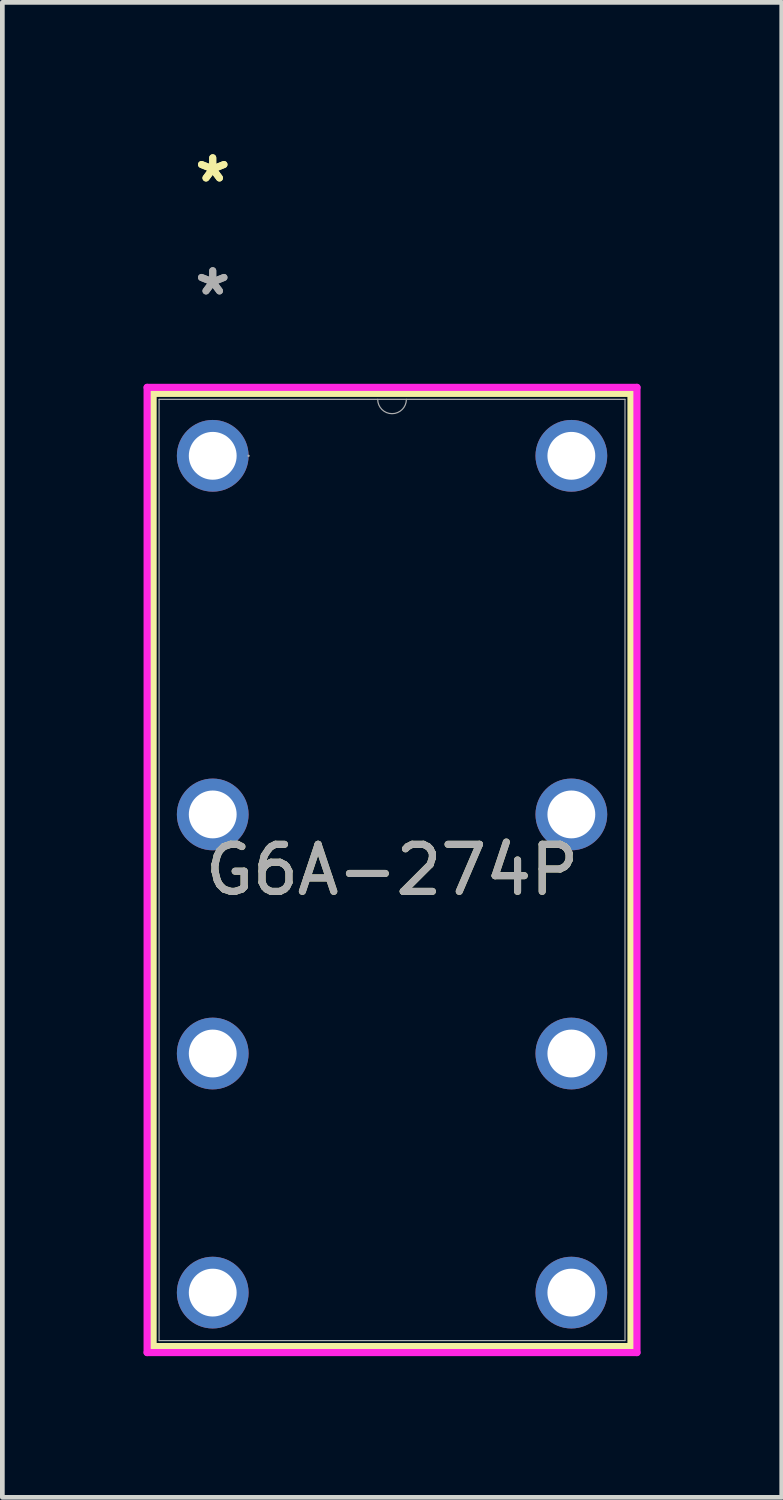
<source format=kicad_pcb>
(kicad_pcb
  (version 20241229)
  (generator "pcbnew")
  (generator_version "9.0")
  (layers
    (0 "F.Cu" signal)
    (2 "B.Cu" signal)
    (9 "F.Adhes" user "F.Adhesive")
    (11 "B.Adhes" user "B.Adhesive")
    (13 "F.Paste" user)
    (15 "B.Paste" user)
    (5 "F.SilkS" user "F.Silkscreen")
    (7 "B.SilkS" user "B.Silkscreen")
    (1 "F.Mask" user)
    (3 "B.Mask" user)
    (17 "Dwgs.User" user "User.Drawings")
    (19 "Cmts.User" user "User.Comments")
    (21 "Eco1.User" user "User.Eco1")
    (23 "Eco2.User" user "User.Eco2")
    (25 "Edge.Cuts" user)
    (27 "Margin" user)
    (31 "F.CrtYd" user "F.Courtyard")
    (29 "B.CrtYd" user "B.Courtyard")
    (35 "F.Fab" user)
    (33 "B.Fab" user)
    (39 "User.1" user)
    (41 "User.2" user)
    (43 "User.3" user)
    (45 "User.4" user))
  (footprint "G6A-274P"
    (layer "F.Cu")
    (at 9.09 24.235)
    (property "Reference" "G6A-274P" (at -3.81 -8.8 0) (unlocked yes) (layer "F.SilkS") (effects (font (size 1 1) (thickness 0.15))))
    (attr through_hole)
    (fp_line (start -8.887 -18.927) (end -8.887 1.327) (stroke (width 0.152) (type solid)) (layer "F.SilkS"))
    (fp_line (start -8.887 1.327) (end 1.267 1.327) (stroke (width 0.152) (type solid)) (layer "F.SilkS"))
    (fp_line (start 1.267 -18.927) (end -8.887 -18.927) (stroke (width 0.152) (type solid)) (layer "F.SilkS"))
    (fp_line (start 1.267 1.327) (end 1.267 -18.927) (stroke (width 0.152) (type solid)) (layer "F.SilkS"))
    (fp_line (start -9.014 -19.054) (end 1.394 -19.054) (stroke (width 0.152) (type solid)) (layer "F.CrtYd"))
    (fp_line (start -9.014 1.454) (end -9.014 -19.054) (stroke (width 0.152) (type solid)) (layer "F.CrtYd"))
    (fp_line (start 1.394 -19.054) (end 1.394 1.454) (stroke (width 0.152) (type solid)) (layer "F.CrtYd"))
    (fp_line (start 1.394 1.454) (end -9.014 1.454) (stroke (width 0.152) (type solid)) (layer "F.CrtYd"))
    (fp_line (start -8.76 -18.8) (end -8.76 1.2) (stroke (width 0.025) (type solid)) (layer "F.Fab"))
    (fp_line (start -8.76 1.2) (end 1.14 1.2) (stroke (width 0.025) (type solid)) (layer "F.Fab"))
    (fp_line (start 1.14 -18.8) (end -8.76 -18.8) (stroke (width 0.025) (type solid)) (layer "F.Fab"))
    (fp_line (start 1.14 1.2) (end 1.14 -18.8) (stroke (width 0.025) (type solid)) (layer "F.Fab"))
    (fp_arc (start -3.5052 -18.800001) (mid -3.81 -18.495201) (end -4.1148 -18.800001) (stroke (width 0.0254) (type solid)) (layer "F.Fab"))
    (fp_circle (center -6.858 -17.6) (end -6.858 -17.6) (stroke (width 0.025) (type solid)) (fill no) (layer "F.Fab"))
    (fp_text user "*" (at -7.62 -23.387 0) (layer "F.SilkS") (effects (font (size 1 1) (thickness 0.15))))
    (fp_text user "*" (at -7.62 -23.387 0) (unlocked yes) (layer "F.SilkS") (effects (font (size 1 1) (thickness 0.15))))
    (fp_text user "${REFERENCE}" (at -3.81 -8.8 0) (unlocked yes) (layer "F.Fab") (effects (font (size 1 1) (thickness 0.15))))
    (fp_text user "*" (at -7.62 -20.987 0) (unlocked yes) (layer "F.Fab") (effects (font (size 1 1) (thickness 0.15))))
    (fp_text user "*" (at -7.62 -20.987 0) (layer "F.Fab") (effects (font (size 1 1) (thickness 0.15))))
    (pad "1" thru_hole circle (at -7.62 -17.6) (size 1.524 1.524) (drill 1.016) (layers "*.Cu" "*.Mask"))
    (pad "4" thru_hole circle (at -7.62 -9.98) (size 1.524 1.524) (drill 1.016) (layers "*.Cu" "*.Mask"))
    (pad "6" thru_hole circle (at -7.62 -4.9) (size 1.524 1.524) (drill 1.016) (layers "*.Cu" "*.Mask"))
    (pad "8" thru_hole circle (at -7.62 0.18) (size 1.524 1.524) (drill 1.016) (layers "*.Cu" "*.Mask"))
    (pad "9" thru_hole circle (at 0 0.18) (size 1.524 1.524) (drill 1.016) (layers "*.Cu" "*.Mask"))
    (pad "11" thru_hole circle (at 0 -4.9) (size 1.524 1.524) (drill 1.016) (layers "*.Cu" "*.Mask"))
    (pad "13" thru_hole circle (at 0 -9.98) (size 1.524 1.524) (drill 1.016) (layers "*.Cu" "*.Mask"))
    (pad "16" thru_hole circle (at 0 -17.6) (size 1.524 1.524) (drill 1.016) (layers "*.Cu" "*.Mask")))
  (gr_rect
    (start -3 -3)
    (end 13.56 28.765)
    (stroke (width 0.1) (type default))
    (fill no)
    (layer "Edge.Cuts")))
</source>
